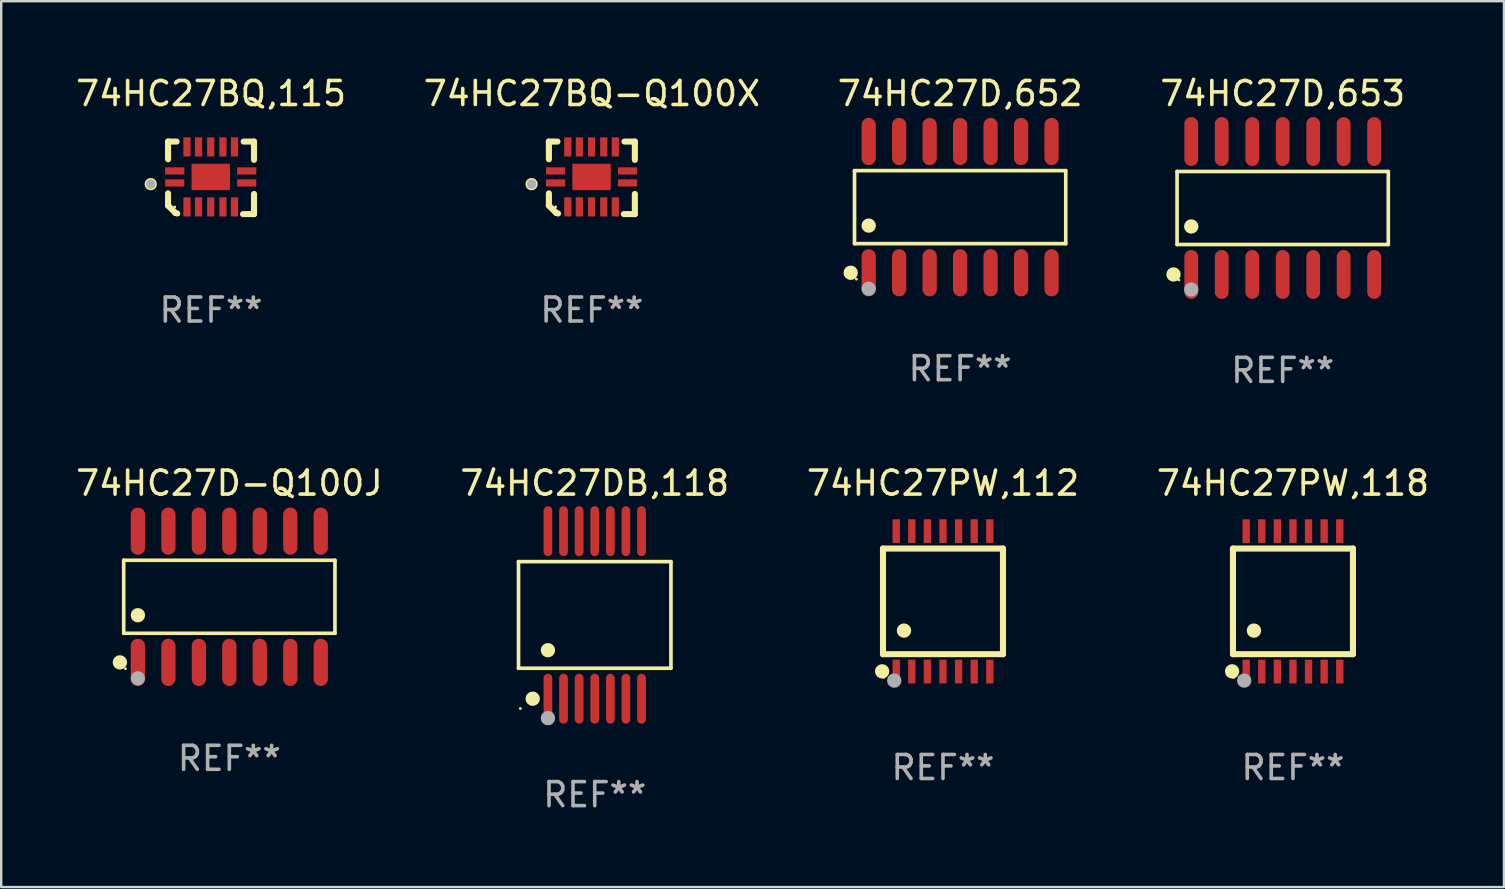
<source format=kicad_pcb>
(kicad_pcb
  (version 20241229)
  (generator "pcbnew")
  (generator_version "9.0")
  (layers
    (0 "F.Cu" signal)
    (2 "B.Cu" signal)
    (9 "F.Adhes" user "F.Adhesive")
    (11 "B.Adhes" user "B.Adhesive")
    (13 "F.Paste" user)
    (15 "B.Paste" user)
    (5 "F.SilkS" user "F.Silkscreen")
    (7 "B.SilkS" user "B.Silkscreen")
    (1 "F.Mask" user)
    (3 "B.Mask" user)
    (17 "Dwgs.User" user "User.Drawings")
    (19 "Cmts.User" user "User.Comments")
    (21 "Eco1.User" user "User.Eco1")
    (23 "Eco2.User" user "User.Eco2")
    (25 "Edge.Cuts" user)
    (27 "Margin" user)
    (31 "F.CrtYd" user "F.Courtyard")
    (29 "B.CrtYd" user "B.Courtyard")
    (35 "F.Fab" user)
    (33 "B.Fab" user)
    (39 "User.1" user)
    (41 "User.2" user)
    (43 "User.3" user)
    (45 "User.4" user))
  (footprint "74HC27DB,118"
    (layer "F.Cu")
    (at 21.732 22.574)
    (property "Reference" "74HC27DB,118" (at 0 -5.491 0) (layer "F.SilkS") (effects (font (size 1 1) (thickness 0.15))))
    (attr through_hole)
    (fp_line (start -3.176 -2.221) (end 3.176 -2.221) (stroke (width 0.152) (type solid)) (layer "F.SilkS"))
    (fp_line (start -3.176 2.221) (end -3.176 -2.221) (stroke (width 0.152) (type solid)) (layer "F.SilkS"))
    (fp_line (start 3.176 -2.221) (end 3.176 2.221) (stroke (width 0.152) (type solid)) (layer "F.SilkS"))
    (fp_line (start 3.176 2.221) (end -3.176 2.221) (stroke (width 0.152) (type solid)) (layer "F.SilkS"))
    (fp_circle (center -3.1 3.9) (end -3.07 3.9) (stroke (width 0.06) (type solid)) (fill no) (layer "F.SilkS"))
    (fp_circle (center -2.584 3.491) (end -2.434 3.491) (stroke (width 0.3) (type solid)) (fill no) (layer "F.SilkS"))
    (fp_circle (center -1.95 1.469) (end -1.8 1.469) (stroke (width 0.3) (type solid)) (fill no) (layer "F.SilkS"))
    (fp_circle (center -1.95 4.3) (end -1.8 4.3) (stroke (width 0.3) (type solid)) (fill no) (layer "F.Fab"))
    (fp_text user "REF**" (at 0 7.491 0) (layer "F.Fab") (effects (font (size 1 1) (thickness 0.15))))
    (pad "1" smd oval (at -1.95 3.491) (size 0.364 2.082) (layers "F.Cu" "F.Mask" "F.Paste"))
    (pad "2" smd oval (at -1.3 3.491) (size 0.364 2.082) (layers "F.Cu" "F.Mask" "F.Paste"))
    (pad "3" smd oval (at -0.65 3.491) (size 0.364 2.082) (layers "F.Cu" "F.Mask" "F.Paste"))
    (pad "4" smd oval (at 0 3.491) (size 0.364 2.082) (layers "F.Cu" "F.Mask" "F.Paste"))
    (pad "5" smd oval (at 0.65 3.491) (size 0.364 2.082) (layers "F.Cu" "F.Mask" "F.Paste"))
    (pad "6" smd oval (at 1.3 3.491) (size 0.364 2.082) (layers "F.Cu" "F.Mask" "F.Paste"))
    (pad "7" smd oval (at 1.95 3.491) (size 0.364 2.082) (layers "F.Cu" "F.Mask" "F.Paste"))
    (pad "8" smd oval (at 1.95 -3.491) (size 0.364 2.082) (layers "F.Cu" "F.Mask" "F.Paste"))
    (pad "9" smd oval (at 1.3 -3.491) (size 0.364 2.082) (layers "F.Cu" "F.Mask" "F.Paste"))
    (pad "10" smd oval (at 0.65 -3.491) (size 0.364 2.082) (layers "F.Cu" "F.Mask" "F.Paste"))
    (pad "11" smd oval (at 0 -3.491) (size 0.364 2.082) (layers "F.Cu" "F.Mask" "F.Paste"))
    (pad "12" smd oval (at -0.65 -3.491) (size 0.364 2.082) (layers "F.Cu" "F.Mask" "F.Paste"))
    (pad "13" smd oval (at -1.3 -3.491) (size 0.364 2.082) (layers "F.Cu" "F.Mask" "F.Paste"))
    (pad "14" smd oval (at -1.95 -3.491) (size 0.364 2.082) (layers "F.Cu" "F.Mask" "F.Paste")))
  (footprint "74HC27BQ,115"
    (layer "F.Cu")
    (at 5.744 4.36)
    (property "Reference" "74HC27BQ,115" (at 0 -3.511 0) (layer "F.SilkS") (effects (font (size 1 1) (thickness 0.15))))
    (attr through_hole)
    (fp_line (start -1.791 -1.511) (end -1.435 -1.511) (stroke (width 0.254) (type solid)) (layer "F.SilkS"))
    (fp_line (start -1.791 -0.775) (end -1.791 -1.511) (stroke (width 0.254) (type solid)) (layer "F.SilkS"))
    (fp_line (start -1.791 1.156) (end -1.791 0.648) (stroke (width 0.254) (type solid)) (layer "F.SilkS"))
    (fp_line (start -1.486 1.461) (end -1.791 1.156) (stroke (width 0.254) (type solid)) (layer "F.SilkS"))
    (fp_line (start -1.41 1.486) (end -1.486 1.461) (stroke (width 0.254) (type solid)) (layer "F.SilkS"))
    (fp_line (start 1.334 1.511) (end 1.791 1.511) (stroke (width 0.254) (type solid)) (layer "F.SilkS"))
    (fp_line (start 1.791 -1.511) (end 1.359 -1.511) (stroke (width 0.254) (type solid)) (layer "F.SilkS"))
    (fp_line (start 1.791 -0.749) (end 1.791 -1.511) (stroke (width 0.254) (type solid)) (layer "F.SilkS"))
    (fp_line (start 1.791 1.511) (end 1.791 0.673) (stroke (width 0.254) (type solid)) (layer "F.SilkS"))
    (fp_circle (center -2.513 0.262) (end -2.383 0.262) (stroke (width 0.254) (type solid)) (fill no) (layer "F.SilkS"))
    (fp_circle (center -1.513 1.212) (end -1.483 1.212) (stroke (width 0.06) (type solid)) (fill no) (layer "F.SilkS"))
    (fp_circle (center -2.513 0.262) (end -2.413 0.262) (stroke (width 0.2) (type solid)) (fill no) (layer "F.Fab"))
    (fp_text user "REF**" (at 0 5.511 0) (layer "F.Fab") (effects (font (size 1 1) (thickness 0.15))))
    (pad "1" smd rect (at -1.513 0.212) (size 0.8 0.3) (layers "F.Cu" "F.Mask" "F.Paste"))
    (pad "2" smd rect (at -1.003 1.212) (size 0.3 0.8) (layers "F.Cu" "F.Mask" "F.Paste"))
    (pad "3" smd rect (at -0.521 1.212) (size 0.3 0.8) (layers "F.Cu" "F.Mask" "F.Paste"))
    (pad "4" smd rect (at -0.013 1.212) (size 0.3 0.8) (layers "F.Cu" "F.Mask" "F.Paste"))
    (pad "5" smd rect (at 0.495 1.212) (size 0.3 0.8) (layers "F.Cu" "F.Mask" "F.Paste"))
    (pad "6" smd rect (at 0.978 1.212) (size 0.3 0.8) (layers "F.Cu" "F.Mask" "F.Paste"))
    (pad "7" smd rect (at 1.487 0.212) (size 0.8 0.3) (layers "F.Cu" "F.Mask" "F.Paste"))
    (pad "8" smd rect (at 1.487 -0.288) (size 0.8 0.3) (layers "F.Cu" "F.Mask" "F.Paste"))
    (pad "9" smd rect (at 0.978 -1.288) (size 0.3 0.8) (layers "F.Cu" "F.Mask" "F.Paste"))
    (pad "10" smd rect (at 0.495 -1.288) (size 0.3 0.8) (layers "F.Cu" "F.Mask" "F.Paste"))
    (pad "11" smd rect (at -0.013 -1.288) (size 0.3 0.8) (layers "F.Cu" "F.Mask" "F.Paste"))
    (pad "12" smd rect (at -0.521 -1.288) (size 0.3 0.8) (layers "F.Cu" "F.Mask" "F.Paste"))
    (pad "13" smd rect (at -1.003 -1.288) (size 0.3 0.8) (layers "F.Cu" "F.Mask" "F.Paste"))
    (pad "14" smd rect (at -1.513 -0.288) (size 0.8 0.3) (layers "F.Cu" "F.Mask" "F.Paste"))
    (pad "15" smd rect (at -0.013 -0.038 90) (size 1.1 1.6) (layers "F.Cu" "F.Mask" "F.Paste")))
  (footprint "74HC27D,653"
    (layer "F.Cu")
    (at 50.399 5.617)
    (property "Reference" "74HC27D,653" (at 0 -4.769 0) (layer "F.SilkS") (effects (font (size 1 1) (thickness 0.15))))
    (attr through_hole)
    (fp_line (start -4.401 -1.521) (end 4.401 -1.521) (stroke (width 0.152) (type solid)) (layer "F.SilkS"))
    (fp_line (start -4.401 1.521) (end -4.401 -1.521) (stroke (width 0.152) (type solid)) (layer "F.SilkS"))
    (fp_line (start 4.401 -1.521) (end 4.401 1.521) (stroke (width 0.152) (type solid)) (layer "F.SilkS"))
    (fp_line (start 4.401 1.521) (end -4.401 1.521) (stroke (width 0.152) (type solid)) (layer "F.SilkS"))
    (fp_circle (center -4.549 2.769) (end -4.399 2.769) (stroke (width 0.3) (type solid)) (fill no) (layer "F.SilkS"))
    (fp_circle (center -4.325 3) (end -4.295 3) (stroke (width 0.06) (type solid)) (fill no) (layer "F.SilkS"))
    (fp_circle (center -3.81 0.769) (end -3.66 0.769) (stroke (width 0.3) (type solid)) (fill no) (layer "F.SilkS"))
    (fp_circle (center -3.81 3.4) (end -3.66 3.4) (stroke (width 0.3) (type solid)) (fill no) (layer "F.Fab"))
    (fp_text user "REF**" (at 0 6.769 0) (layer "F.Fab") (effects (font (size 1 1) (thickness 0.15))))
    (pad "1" smd oval (at -3.81 2.769) (size 0.574 2.038) (layers "F.Cu" "F.Mask" "F.Paste"))
    (pad "2" smd oval (at -2.54 2.769) (size 0.574 2.038) (layers "F.Cu" "F.Mask" "F.Paste"))
    (pad "3" smd oval (at -1.27 2.769) (size 0.574 2.038) (layers "F.Cu" "F.Mask" "F.Paste"))
    (pad "4" smd oval (at 0 2.769) (size 0.574 2.038) (layers "F.Cu" "F.Mask" "F.Paste"))
    (pad "5" smd oval (at 1.27 2.769) (size 0.574 2.038) (layers "F.Cu" "F.Mask" "F.Paste"))
    (pad "6" smd oval (at 2.54 2.769) (size 0.574 2.038) (layers "F.Cu" "F.Mask" "F.Paste"))
    (pad "7" smd oval (at 3.81 2.769) (size 0.574 2.038) (layers "F.Cu" "F.Mask" "F.Paste"))
    (pad "8" smd oval (at 3.81 -2.769) (size 0.574 2.038) (layers "F.Cu" "F.Mask" "F.Paste"))
    (pad "9" smd oval (at 2.54 -2.769) (size 0.574 2.038) (layers "F.Cu" "F.Mask" "F.Paste"))
    (pad "10" smd oval (at 1.27 -2.769) (size 0.574 2.038) (layers "F.Cu" "F.Mask" "F.Paste"))
    (pad "11" smd oval (at 0 -2.769) (size 0.574 2.038) (layers "F.Cu" "F.Mask" "F.Paste"))
    (pad "12" smd oval (at -1.27 -2.769) (size 0.574 2.038) (layers "F.Cu" "F.Mask" "F.Paste"))
    (pad "13" smd oval (at -2.54 -2.769) (size 0.574 2.038) (layers "F.Cu" "F.Mask" "F.Paste"))
    (pad "14" smd oval (at -3.81 -2.769) (size 0.574 2.038) (layers "F.Cu" "F.Mask" "F.Paste")))
  (footprint "74HC27BQ-Q100X"
    (layer "F.Cu")
    (at 21.613 4.36)
    (property "Reference" "74HC27BQ-Q100X" (at 0 -3.511 0) (layer "F.SilkS") (effects (font (size 1 1) (thickness 0.15))))
    (attr through_hole)
    (fp_line (start -1.791 -1.511) (end -1.435 -1.511) (stroke (width 0.254) (type solid)) (layer "F.SilkS"))
    (fp_line (start -1.791 -0.775) (end -1.791 -1.511) (stroke (width 0.254) (type solid)) (layer "F.SilkS"))
    (fp_line (start -1.791 1.156) (end -1.791 0.648) (stroke (width 0.254) (type solid)) (layer "F.SilkS"))
    (fp_line (start -1.486 1.461) (end -1.791 1.156) (stroke (width 0.254) (type solid)) (layer "F.SilkS"))
    (fp_line (start -1.41 1.486) (end -1.486 1.461) (stroke (width 0.254) (type solid)) (layer "F.SilkS"))
    (fp_line (start 1.334 1.511) (end 1.791 1.511) (stroke (width 0.254) (type solid)) (layer "F.SilkS"))
    (fp_line (start 1.791 -1.511) (end 1.359 -1.511) (stroke (width 0.254) (type solid)) (layer "F.SilkS"))
    (fp_line (start 1.791 -0.749) (end 1.791 -1.511) (stroke (width 0.254) (type solid)) (layer "F.SilkS"))
    (fp_line (start 1.791 1.511) (end 1.791 0.673) (stroke (width 0.254) (type solid)) (layer "F.SilkS"))
    (fp_circle (center -2.513 0.262) (end -2.383 0.262) (stroke (width 0.254) (type solid)) (fill no) (layer "F.SilkS"))
    (fp_circle (center -1.513 1.212) (end -1.483 1.212) (stroke (width 0.06) (type solid)) (fill no) (layer "F.SilkS"))
    (fp_circle (center -2.513 0.262) (end -2.413 0.262) (stroke (width 0.2) (type solid)) (fill no) (layer "F.Fab"))
    (fp_text user "REF**" (at 0 5.511 0) (layer "F.Fab") (effects (font (size 1 1) (thickness 0.15))))
    (pad "1" smd rect (at -1.513 0.212) (size 0.8 0.3) (layers "F.Cu" "F.Mask" "F.Paste"))
    (pad "2" smd rect (at -1.003 1.212) (size 0.3 0.8) (layers "F.Cu" "F.Mask" "F.Paste"))
    (pad "3" smd rect (at -0.521 1.212) (size 0.3 0.8) (layers "F.Cu" "F.Mask" "F.Paste"))
    (pad "4" smd rect (at -0.013 1.212) (size 0.3 0.8) (layers "F.Cu" "F.Mask" "F.Paste"))
    (pad "5" smd rect (at 0.495 1.212) (size 0.3 0.8) (layers "F.Cu" "F.Mask" "F.Paste"))
    (pad "6" smd rect (at 0.978 1.212) (size 0.3 0.8) (layers "F.Cu" "F.Mask" "F.Paste"))
    (pad "7" smd rect (at 1.487 0.212) (size 0.8 0.3) (layers "F.Cu" "F.Mask" "F.Paste"))
    (pad "8" smd rect (at 1.487 -0.288) (size 0.8 0.3) (layers "F.Cu" "F.Mask" "F.Paste"))
    (pad "9" smd rect (at 0.978 -1.288) (size 0.3 0.8) (layers "F.Cu" "F.Mask" "F.Paste"))
    (pad "10" smd rect (at 0.495 -1.288) (size 0.3 0.8) (layers "F.Cu" "F.Mask" "F.Paste"))
    (pad "11" smd rect (at -0.013 -1.288) (size 0.3 0.8) (layers "F.Cu" "F.Mask" "F.Paste"))
    (pad "12" smd rect (at -0.521 -1.288) (size 0.3 0.8) (layers "F.Cu" "F.Mask" "F.Paste"))
    (pad "13" smd rect (at -1.003 -1.288) (size 0.3 0.8) (layers "F.Cu" "F.Mask" "F.Paste"))
    (pad "14" smd rect (at -1.513 -0.288) (size 0.8 0.3) (layers "F.Cu" "F.Mask" "F.Paste"))
    (pad "15" smd rect (at -0.013 -0.038 90) (size 1.1 1.6) (layers "F.Cu" "F.Mask" "F.Paste")))
  (footprint "74HC27PW,112"
    (layer "F.Cu")
    (at 36.244 22.008)
    (property "Reference" "74HC27PW,112" (at 0 -4.925 0) (layer "F.SilkS") (effects (font (size 1 1) (thickness 0.15))))
    (attr through_hole)
    (fp_line (start -2.5 2.2) (end -2.5 -2.2) (stroke (width 0.254) (type solid)) (layer "F.SilkS"))
    (fp_line (start -2.5 2.2) (end 2.5 2.2) (stroke (width 0.254) (type solid)) (layer "F.SilkS"))
    (fp_line (start 2.5 -2.2) (end -2.5 -2.2) (stroke (width 0.254) (type solid)) (layer "F.SilkS"))
    (fp_line (start 2.5 -2.2) (end 2.5 2.2) (stroke (width 0.254) (type solid)) (layer "F.SilkS"))
    (fp_circle (center -2.536 2.917) (end -2.386 2.917) (stroke (width 0.3) (type solid)) (fill no) (layer "F.SilkS"))
    (fp_circle (center -2.47 3.17) (end -2.44 3.17) (stroke (width 0.06) (type solid)) (fill no) (layer "F.SilkS"))
    (fp_circle (center -1.626 1.219) (end -1.475 1.219) (stroke (width 0.3) (type solid)) (fill no) (layer "F.SilkS"))
    (fp_circle (center -2.032 3.302) (end -1.882 3.302) (stroke (width 0.3) (type solid)) (fill no) (layer "F.Fab"))
    (fp_text user "REF**" (at 0 6.925 0) (layer "F.Fab") (effects (font (size 1 1) (thickness 0.15))))
    (pad "1" smd rect (at -1.95 2.925) (size 0.305 0.991) (layers "F.Cu" "F.Mask" "F.Paste"))
    (pad "2" smd rect (at -1.3 2.925) (size 0.305 0.991) (layers "F.Cu" "F.Mask" "F.Paste"))
    (pad "3" smd rect (at -0.65 2.925) (size 0.305 0.991) (layers "F.Cu" "F.Mask" "F.Paste"))
    (pad "4" smd rect (at 0 2.925) (size 0.305 0.991) (layers "F.Cu" "F.Mask" "F.Paste"))
    (pad "5" smd rect (at 0.65 2.925) (size 0.305 0.991) (layers "F.Cu" "F.Mask" "F.Paste"))
    (pad "6" smd rect (at 1.3 2.925) (size 0.305 0.991) (layers "F.Cu" "F.Mask" "F.Paste"))
    (pad "7" smd rect (at 1.95 2.925) (size 0.305 0.991) (layers "F.Cu" "F.Mask" "F.Paste"))
    (pad "8" smd rect (at 1.95 -2.925) (size 0.305 0.991) (layers "F.Cu" "F.Mask" "F.Paste"))
    (pad "9" smd rect (at 1.3 -2.925) (size 0.305 0.991) (layers "F.Cu" "F.Mask" "F.Paste"))
    (pad "10" smd rect (at 0.65 -2.925) (size 0.305 0.991) (layers "F.Cu" "F.Mask" "F.Paste"))
    (pad "11" smd rect (at 0 -2.925) (size 0.305 0.991) (layers "F.Cu" "F.Mask" "F.Paste"))
    (pad "12" smd rect (at -0.65 -2.925) (size 0.305 0.991) (layers "F.Cu" "F.Mask" "F.Paste"))
    (pad "13" smd rect (at -1.3 -2.925) (size 0.305 0.991) (layers "F.Cu" "F.Mask" "F.Paste"))
    (pad "14" smd rect (at -1.95 -2.925) (size 0.305 0.991) (layers "F.Cu" "F.Mask" "F.Paste")))
  (footprint "74HC27D,652"
    (layer "F.Cu")
    (at 36.958 5.582)
    (property "Reference" "74HC27D,652" (at 0 -4.734 0) (layer "F.SilkS") (effects (font (size 1 1) (thickness 0.15))))
    (attr through_hole)
    (fp_line (start -4.401 -1.521) (end 4.401 -1.521) (stroke (width 0.152) (type solid)) (layer "F.SilkS"))
    (fp_line (start -4.401 1.521) (end -4.401 -1.521) (stroke (width 0.152) (type solid)) (layer "F.SilkS"))
    (fp_line (start 4.401 -1.521) (end 4.401 1.521) (stroke (width 0.152) (type solid)) (layer "F.SilkS"))
    (fp_line (start 4.401 1.521) (end -4.401 1.521) (stroke (width 0.152) (type solid)) (layer "F.SilkS"))
    (fp_circle (center -4.56 2.734) (end -4.41 2.734) (stroke (width 0.3) (type solid)) (fill no) (layer "F.SilkS"))
    (fp_circle (center -4.325 3) (end -4.295 3) (stroke (width 0.06) (type solid)) (fill no) (layer "F.SilkS"))
    (fp_circle (center -3.81 0.769) (end -3.66 0.769) (stroke (width 0.3) (type solid)) (fill no) (layer "F.SilkS"))
    (fp_circle (center -3.81 3.4) (end -3.66 3.4) (stroke (width 0.3) (type solid)) (fill no) (layer "F.Fab"))
    (fp_text user "REF**" (at 0 6.734 0) (layer "F.Fab") (effects (font (size 1 1) (thickness 0.15))))
    (pad "1" smd oval (at -3.81 2.734) (size 0.595 1.968) (layers "F.Cu" "F.Mask" "F.Paste"))
    (pad "2" smd oval (at -2.54 2.734) (size 0.595 1.968) (layers "F.Cu" "F.Mask" "F.Paste"))
    (pad "3" smd oval (at -1.27 2.734) (size 0.595 1.968) (layers "F.Cu" "F.Mask" "F.Paste"))
    (pad "4" smd oval (at 0 2.734) (size 0.595 1.968) (layers "F.Cu" "F.Mask" "F.Paste"))
    (pad "5" smd oval (at 1.27 2.734) (size 0.595 1.968) (layers "F.Cu" "F.Mask" "F.Paste"))
    (pad "6" smd oval (at 2.54 2.734) (size 0.595 1.968) (layers "F.Cu" "F.Mask" "F.Paste"))
    (pad "7" smd oval (at 3.81 2.734) (size 0.595 1.968) (layers "F.Cu" "F.Mask" "F.Paste"))
    (pad "8" smd oval (at 3.81 -2.734) (size 0.595 1.968) (layers "F.Cu" "F.Mask" "F.Paste"))
    (pad "9" smd oval (at 2.54 -2.734) (size 0.595 1.968) (layers "F.Cu" "F.Mask" "F.Paste"))
    (pad "10" smd oval (at 1.27 -2.734) (size 0.595 1.968) (layers "F.Cu" "F.Mask" "F.Paste"))
    (pad "11" smd oval (at 0 -2.734) (size 0.595 1.968) (layers "F.Cu" "F.Mask" "F.Paste"))
    (pad "12" smd oval (at -1.27 -2.734) (size 0.595 1.968) (layers "F.Cu" "F.Mask" "F.Paste"))
    (pad "13" smd oval (at -2.54 -2.734) (size 0.595 1.968) (layers "F.Cu" "F.Mask" "F.Paste"))
    (pad "14" smd oval (at -3.81 -2.734) (size 0.595 1.968) (layers "F.Cu" "F.Mask" "F.Paste")))
  (footprint "74HC27PW,118"
    (layer "F.Cu")
    (at 50.827 22.008)
    (property "Reference" "74HC27PW,118" (at 0 -4.925 0) (layer "F.SilkS") (effects (font (size 1 1) (thickness 0.15))))
    (attr through_hole)
    (fp_line (start -2.5 2.2) (end -2.5 -2.2) (stroke (width 0.254) (type solid)) (layer "F.SilkS"))
    (fp_line (start -2.5 2.2) (end 2.5 2.2) (stroke (width 0.254) (type solid)) (layer "F.SilkS"))
    (fp_line (start 2.5 -2.2) (end -2.5 -2.2) (stroke (width 0.254) (type solid)) (layer "F.SilkS"))
    (fp_line (start 2.5 -2.2) (end 2.5 2.2) (stroke (width 0.254) (type solid)) (layer "F.SilkS"))
    (fp_circle (center -2.536 2.917) (end -2.386 2.917) (stroke (width 0.3) (type solid)) (fill no) (layer "F.SilkS"))
    (fp_circle (center -2.47 3.17) (end -2.44 3.17) (stroke (width 0.06) (type solid)) (fill no) (layer "F.SilkS"))
    (fp_circle (center -1.626 1.219) (end -1.475 1.219) (stroke (width 0.3) (type solid)) (fill no) (layer "F.SilkS"))
    (fp_circle (center -2.032 3.302) (end -1.882 3.302) (stroke (width 0.3) (type solid)) (fill no) (layer "F.Fab"))
    (fp_text user "REF**" (at 0 6.925 0) (layer "F.Fab") (effects (font (size 1 1) (thickness 0.15))))
    (pad "1" smd rect (at -1.95 2.925) (size 0.305 0.991) (layers "F.Cu" "F.Mask" "F.Paste"))
    (pad "2" smd rect (at -1.3 2.925) (size 0.305 0.991) (layers "F.Cu" "F.Mask" "F.Paste"))
    (pad "3" smd rect (at -0.65 2.925) (size 0.305 0.991) (layers "F.Cu" "F.Mask" "F.Paste"))
    (pad "4" smd rect (at 0 2.925) (size 0.305 0.991) (layers "F.Cu" "F.Mask" "F.Paste"))
    (pad "5" smd rect (at 0.65 2.925) (size 0.305 0.991) (layers "F.Cu" "F.Mask" "F.Paste"))
    (pad "6" smd rect (at 1.3 2.925) (size 0.305 0.991) (layers "F.Cu" "F.Mask" "F.Paste"))
    (pad "7" smd rect (at 1.95 2.925) (size 0.305 0.991) (layers "F.Cu" "F.Mask" "F.Paste"))
    (pad "8" smd rect (at 1.95 -2.925) (size 0.305 0.991) (layers "F.Cu" "F.Mask" "F.Paste"))
    (pad "9" smd rect (at 1.3 -2.925) (size 0.305 0.991) (layers "F.Cu" "F.Mask" "F.Paste"))
    (pad "10" smd rect (at 0.65 -2.925) (size 0.305 0.991) (layers "F.Cu" "F.Mask" "F.Paste"))
    (pad "11" smd rect (at 0 -2.925) (size 0.305 0.991) (layers "F.Cu" "F.Mask" "F.Paste"))
    (pad "12" smd rect (at -0.65 -2.925) (size 0.305 0.991) (layers "F.Cu" "F.Mask" "F.Paste"))
    (pad "13" smd rect (at -1.3 -2.925) (size 0.305 0.991) (layers "F.Cu" "F.Mask" "F.Paste"))
    (pad "14" smd rect (at -1.95 -2.925) (size 0.305 0.991) (layers "F.Cu" "F.Mask" "F.Paste")))
  (footprint "74HC27D-Q100J"
    (layer "F.Cu")
    (at 6.506 21.817)
    (property "Reference" "74HC27D-Q100J" (at 0 -4.734 0) (layer "F.SilkS") (effects (font (size 1 1) (thickness 0.15))))
    (attr through_hole)
    (fp_line (start -4.401 -1.521) (end 4.401 -1.521) (stroke (width 0.152) (type solid)) (layer "F.SilkS"))
    (fp_line (start -4.401 1.521) (end -4.401 -1.521) (stroke (width 0.152) (type solid)) (layer "F.SilkS"))
    (fp_line (start 4.401 -1.521) (end 4.401 1.521) (stroke (width 0.152) (type solid)) (layer "F.SilkS"))
    (fp_line (start 4.401 1.521) (end -4.401 1.521) (stroke (width 0.152) (type solid)) (layer "F.SilkS"))
    (fp_circle (center -4.56 2.734) (end -4.41 2.734) (stroke (width 0.3) (type solid)) (fill no) (layer "F.SilkS"))
    (fp_circle (center -4.325 3) (end -4.295 3) (stroke (width 0.06) (type solid)) (fill no) (layer "F.SilkS"))
    (fp_circle (center -3.81 0.769) (end -3.66 0.769) (stroke (width 0.3) (type solid)) (fill no) (layer "F.SilkS"))
    (fp_circle (center -3.81 3.4) (end -3.66 3.4) (stroke (width 0.3) (type solid)) (fill no) (layer "F.Fab"))
    (fp_text user "REF**" (at 0 6.734 0) (layer "F.Fab") (effects (font (size 1 1) (thickness 0.15))))
    (pad "1" smd oval (at -3.81 2.734) (size 0.595 1.968) (layers "F.Cu" "F.Mask" "F.Paste"))
    (pad "2" smd oval (at -2.54 2.734) (size 0.595 1.968) (layers "F.Cu" "F.Mask" "F.Paste"))
    (pad "3" smd oval (at -1.27 2.734) (size 0.595 1.968) (layers "F.Cu" "F.Mask" "F.Paste"))
    (pad "4" smd oval (at 0 2.734) (size 0.595 1.968) (layers "F.Cu" "F.Mask" "F.Paste"))
    (pad "5" smd oval (at 1.27 2.734) (size 0.595 1.968) (layers "F.Cu" "F.Mask" "F.Paste"))
    (pad "6" smd oval (at 2.54 2.734) (size 0.595 1.968) (layers "F.Cu" "F.Mask" "F.Paste"))
    (pad "7" smd oval (at 3.81 2.734) (size 0.595 1.968) (layers "F.Cu" "F.Mask" "F.Paste"))
    (pad "8" smd oval (at 3.81 -2.734) (size 0.595 1.968) (layers "F.Cu" "F.Mask" "F.Paste"))
    (pad "9" smd oval (at 2.54 -2.734) (size 0.595 1.968) (layers "F.Cu" "F.Mask" "F.Paste"))
    (pad "10" smd oval (at 1.27 -2.734) (size 0.595 1.968) (layers "F.Cu" "F.Mask" "F.Paste"))
    (pad "11" smd oval (at 0 -2.734) (size 0.595 1.968) (layers "F.Cu" "F.Mask" "F.Paste"))
    (pad "12" smd oval (at -1.27 -2.734) (size 0.595 1.968) (layers "F.Cu" "F.Mask" "F.Paste"))
    (pad "13" smd oval (at -2.54 -2.734) (size 0.595 1.968) (layers "F.Cu" "F.Mask" "F.Paste"))
    (pad "14" smd oval (at -3.81 -2.734) (size 0.595 1.968) (layers "F.Cu" "F.Mask" "F.Paste")))
  (gr_rect
    (start -3 -3)
    (end 59.619 33.913)
    (stroke (width 0.1) (type default))
    (fill no)
    (layer "Edge.Cuts")))
</source>
